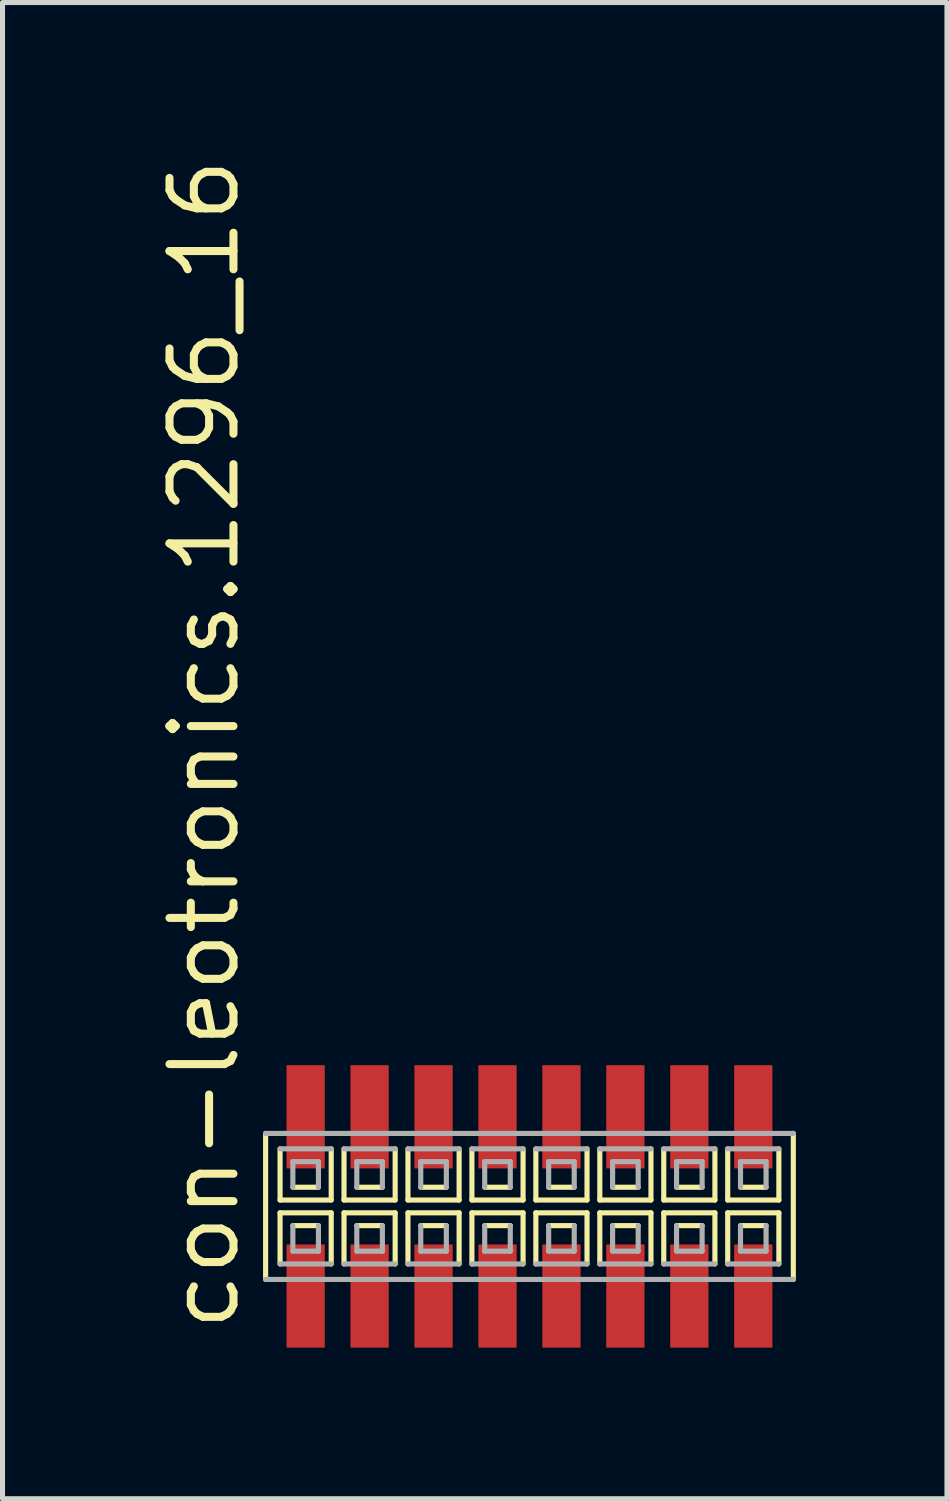
<source format=kicad_pcb>
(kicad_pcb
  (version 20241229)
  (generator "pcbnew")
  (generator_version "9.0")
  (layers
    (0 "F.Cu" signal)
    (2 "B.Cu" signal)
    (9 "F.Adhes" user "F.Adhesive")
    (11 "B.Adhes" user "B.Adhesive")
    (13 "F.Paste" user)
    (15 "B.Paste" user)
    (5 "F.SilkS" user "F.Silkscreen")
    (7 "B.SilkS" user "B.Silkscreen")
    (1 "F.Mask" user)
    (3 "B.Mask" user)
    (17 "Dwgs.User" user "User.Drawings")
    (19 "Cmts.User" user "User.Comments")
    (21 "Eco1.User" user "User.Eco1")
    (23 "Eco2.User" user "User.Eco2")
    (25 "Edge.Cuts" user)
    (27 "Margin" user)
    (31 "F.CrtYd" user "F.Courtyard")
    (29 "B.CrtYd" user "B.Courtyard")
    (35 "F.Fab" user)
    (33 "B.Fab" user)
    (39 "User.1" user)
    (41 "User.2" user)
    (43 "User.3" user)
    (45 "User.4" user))
  (footprint "con-leotronics.1296_16"
    (layer "F.Cu")
    (at 7.465 20.909)
    (property "Reference" "con-leotronics.1296_16" (at -5.715 2.54 90) (layer "F.SilkS") (effects (font (size 1.27 1.27) (thickness 0.16)) (justify left bottom)))
    (attr smd)
    (fp_line (start -5.24 -1.45) (end -5.24 1.45) (stroke (width 0.102) (type default)) (layer "F.SilkS"))
    (fp_line (start -4.953 -1.143) (end -4.953 -0.127) (stroke (width 0.102) (type default)) (layer "F.SilkS"))
    (fp_line (start -4.953 -0.127) (end -3.937 -0.127) (stroke (width 0.102) (type default)) (layer "F.SilkS"))
    (fp_line (start -4.953 0.127) (end -4.953 1.143) (stroke (width 0.102) (type default)) (layer "F.SilkS"))
    (fp_line (start -4.699 -0.381) (end -4.191 -0.381) (stroke (width 0.102) (type default)) (layer "F.SilkS"))
    (fp_line (start -4.191 0.381) (end -4.699 0.381) (stroke (width 0.102) (type default)) (layer "F.SilkS"))
    (fp_line (start -3.937 -0.127) (end -3.937 -1.143) (stroke (width 0.102) (type default)) (layer "F.SilkS"))
    (fp_line (start -3.937 0.127) (end -4.953 0.127) (stroke (width 0.102) (type default)) (layer "F.SilkS"))
    (fp_line (start -3.937 1.143) (end -3.937 0.127) (stroke (width 0.102) (type default)) (layer "F.SilkS"))
    (fp_line (start -3.683 -1.143) (end -3.683 -0.127) (stroke (width 0.102) (type default)) (layer "F.SilkS"))
    (fp_line (start -3.683 -0.127) (end -2.667 -0.127) (stroke (width 0.102) (type default)) (layer "F.SilkS"))
    (fp_line (start -3.683 0.127) (end -3.683 1.143) (stroke (width 0.102) (type default)) (layer "F.SilkS"))
    (fp_line (start -3.429 -0.381) (end -2.921 -0.381) (stroke (width 0.102) (type default)) (layer "F.SilkS"))
    (fp_line (start -2.921 0.381) (end -3.429 0.381) (stroke (width 0.102) (type default)) (layer "F.SilkS"))
    (fp_line (start -2.667 -0.127) (end -2.667 -1.143) (stroke (width 0.102) (type default)) (layer "F.SilkS"))
    (fp_line (start -2.667 0.127) (end -3.683 0.127) (stroke (width 0.102) (type default)) (layer "F.SilkS"))
    (fp_line (start -2.667 1.143) (end -2.667 0.127) (stroke (width 0.102) (type default)) (layer "F.SilkS"))
    (fp_line (start -2.413 -1.143) (end -2.413 -0.127) (stroke (width 0.102) (type default)) (layer "F.SilkS"))
    (fp_line (start -2.413 -0.127) (end -1.397 -0.127) (stroke (width 0.102) (type default)) (layer "F.SilkS"))
    (fp_line (start -2.413 0.127) (end -2.413 1.143) (stroke (width 0.102) (type default)) (layer "F.SilkS"))
    (fp_line (start -2.159 -0.381) (end -1.651 -0.381) (stroke (width 0.102) (type default)) (layer "F.SilkS"))
    (fp_line (start -1.651 0.381) (end -2.159 0.381) (stroke (width 0.102) (type default)) (layer "F.SilkS"))
    (fp_line (start -1.397 -0.127) (end -1.397 -1.143) (stroke (width 0.102) (type default)) (layer "F.SilkS"))
    (fp_line (start -1.397 0.127) (end -2.413 0.127) (stroke (width 0.102) (type default)) (layer "F.SilkS"))
    (fp_line (start -1.397 1.143) (end -1.397 0.127) (stroke (width 0.102) (type default)) (layer "F.SilkS"))
    (fp_line (start -1.143 -1.143) (end -1.143 -0.127) (stroke (width 0.102) (type default)) (layer "F.SilkS"))
    (fp_line (start -1.143 -0.127) (end -0.127 -0.127) (stroke (width 0.102) (type default)) (layer "F.SilkS"))
    (fp_line (start -1.143 0.127) (end -1.143 1.143) (stroke (width 0.102) (type default)) (layer "F.SilkS"))
    (fp_line (start -0.889 -0.381) (end -0.381 -0.381) (stroke (width 0.102) (type default)) (layer "F.SilkS"))
    (fp_line (start -0.381 0.381) (end -0.889 0.381) (stroke (width 0.102) (type default)) (layer "F.SilkS"))
    (fp_line (start -0.127 -0.127) (end -0.127 -1.143) (stroke (width 0.102) (type default)) (layer "F.SilkS"))
    (fp_line (start -0.127 0.127) (end -1.143 0.127) (stroke (width 0.102) (type default)) (layer "F.SilkS"))
    (fp_line (start -0.127 1.143) (end -0.127 0.127) (stroke (width 0.102) (type default)) (layer "F.SilkS"))
    (fp_line (start 0.127 -1.143) (end 0.127 -0.127) (stroke (width 0.102) (type default)) (layer "F.SilkS"))
    (fp_line (start 0.127 -0.127) (end 1.143 -0.127) (stroke (width 0.102) (type default)) (layer "F.SilkS"))
    (fp_line (start 0.127 0.127) (end 0.127 1.143) (stroke (width 0.102) (type default)) (layer "F.SilkS"))
    (fp_line (start 0.381 -0.381) (end 0.889 -0.381) (stroke (width 0.102) (type default)) (layer "F.SilkS"))
    (fp_line (start 0.889 0.381) (end 0.381 0.381) (stroke (width 0.102) (type default)) (layer "F.SilkS"))
    (fp_line (start 1.143 -0.127) (end 1.143 -1.143) (stroke (width 0.102) (type default)) (layer "F.SilkS"))
    (fp_line (start 1.143 0.127) (end 0.127 0.127) (stroke (width 0.102) (type default)) (layer "F.SilkS"))
    (fp_line (start 1.143 1.143) (end 1.143 0.127) (stroke (width 0.102) (type default)) (layer "F.SilkS"))
    (fp_line (start 1.397 -1.143) (end 1.397 -0.127) (stroke (width 0.102) (type default)) (layer "F.SilkS"))
    (fp_line (start 1.397 -0.127) (end 2.413 -0.127) (stroke (width 0.102) (type default)) (layer "F.SilkS"))
    (fp_line (start 1.397 0.127) (end 1.397 1.143) (stroke (width 0.102) (type default)) (layer "F.SilkS"))
    (fp_line (start 1.651 -0.381) (end 2.159 -0.381) (stroke (width 0.102) (type default)) (layer "F.SilkS"))
    (fp_line (start 2.159 0.381) (end 1.651 0.381) (stroke (width 0.102) (type default)) (layer "F.SilkS"))
    (fp_line (start 2.413 -0.127) (end 2.413 -1.143) (stroke (width 0.102) (type default)) (layer "F.SilkS"))
    (fp_line (start 2.413 0.127) (end 1.397 0.127) (stroke (width 0.102) (type default)) (layer "F.SilkS"))
    (fp_line (start 2.413 1.143) (end 2.413 0.127) (stroke (width 0.102) (type default)) (layer "F.SilkS"))
    (fp_line (start 2.667 -1.143) (end 2.667 -0.127) (stroke (width 0.102) (type default)) (layer "F.SilkS"))
    (fp_line (start 2.667 -0.127) (end 3.683 -0.127) (stroke (width 0.102) (type default)) (layer "F.SilkS"))
    (fp_line (start 2.667 0.127) (end 2.667 1.143) (stroke (width 0.102) (type default)) (layer "F.SilkS"))
    (fp_line (start 2.921 -0.381) (end 3.429 -0.381) (stroke (width 0.102) (type default)) (layer "F.SilkS"))
    (fp_line (start 3.429 0.381) (end 2.921 0.381) (stroke (width 0.102) (type default)) (layer "F.SilkS"))
    (fp_line (start 3.683 -0.127) (end 3.683 -1.143) (stroke (width 0.102) (type default)) (layer "F.SilkS"))
    (fp_line (start 3.683 0.127) (end 2.667 0.127) (stroke (width 0.102) (type default)) (layer "F.SilkS"))
    (fp_line (start 3.683 1.143) (end 3.683 0.127) (stroke (width 0.102) (type default)) (layer "F.SilkS"))
    (fp_line (start 3.937 -1.143) (end 3.937 -0.127) (stroke (width 0.102) (type default)) (layer "F.SilkS"))
    (fp_line (start 3.937 -0.127) (end 4.953 -0.127) (stroke (width 0.102) (type default)) (layer "F.SilkS"))
    (fp_line (start 3.937 0.127) (end 3.937 1.143) (stroke (width 0.102) (type default)) (layer "F.SilkS"))
    (fp_line (start 4.191 -0.381) (end 4.699 -0.381) (stroke (width 0.102) (type default)) (layer "F.SilkS"))
    (fp_line (start 4.699 0.381) (end 4.191 0.381) (stroke (width 0.102) (type default)) (layer "F.SilkS"))
    (fp_line (start 4.953 -0.127) (end 4.953 -1.143) (stroke (width 0.102) (type default)) (layer "F.SilkS"))
    (fp_line (start 4.953 0.127) (end 3.937 0.127) (stroke (width 0.102) (type default)) (layer "F.SilkS"))
    (fp_line (start 4.953 1.143) (end 4.953 0.127) (stroke (width 0.102) (type default)) (layer "F.SilkS"))
    (fp_line (start 5.24 1.45) (end 5.24 -1.45) (stroke (width 0.102) (type default)) (layer "F.SilkS"))
    (fp_line (start -5.24 1.45) (end 5.24 1.45) (stroke (width 0.102) (type default)) (layer "F.Fab"))
    (fp_line (start -4.953 1.143) (end -3.937 1.143) (stroke (width 0.102) (type default)) (layer "F.Fab"))
    (fp_line (start -4.699 -0.889) (end -4.699 -0.381) (stroke (width 0.102) (type default)) (layer "F.Fab"))
    (fp_line (start -4.699 0.381) (end -4.699 0.889) (stroke (width 0.102) (type default)) (layer "F.Fab"))
    (fp_line (start -4.699 0.889) (end -4.191 0.889) (stroke (width 0.102) (type default)) (layer "F.Fab"))
    (fp_line (start -4.191 -0.889) (end -4.699 -0.889) (stroke (width 0.102) (type default)) (layer "F.Fab"))
    (fp_line (start -4.191 -0.381) (end -4.191 -0.889) (stroke (width 0.102) (type default)) (layer "F.Fab"))
    (fp_line (start -4.191 0.889) (end -4.191 0.381) (stroke (width 0.102) (type default)) (layer "F.Fab"))
    (fp_line (start -3.937 -1.143) (end -4.953 -1.143) (stroke (width 0.102) (type default)) (layer "F.Fab"))
    (fp_line (start -3.683 1.143) (end -2.667 1.143) (stroke (width 0.102) (type default)) (layer "F.Fab"))
    (fp_line (start -3.429 -0.889) (end -3.429 -0.381) (stroke (width 0.102) (type default)) (layer "F.Fab"))
    (fp_line (start -3.429 0.381) (end -3.429 0.889) (stroke (width 0.102) (type default)) (layer "F.Fab"))
    (fp_line (start -3.429 0.889) (end -2.921 0.889) (stroke (width 0.102) (type default)) (layer "F.Fab"))
    (fp_line (start -2.921 -0.889) (end -3.429 -0.889) (stroke (width 0.102) (type default)) (layer "F.Fab"))
    (fp_line (start -2.921 -0.381) (end -2.921 -0.889) (stroke (width 0.102) (type default)) (layer "F.Fab"))
    (fp_line (start -2.921 0.889) (end -2.921 0.381) (stroke (width 0.102) (type default)) (layer "F.Fab"))
    (fp_line (start -2.667 -1.143) (end -3.683 -1.143) (stroke (width 0.102) (type default)) (layer "F.Fab"))
    (fp_line (start -2.413 1.143) (end -1.397 1.143) (stroke (width 0.102) (type default)) (layer "F.Fab"))
    (fp_line (start -2.159 -0.889) (end -2.159 -0.381) (stroke (width 0.102) (type default)) (layer "F.Fab"))
    (fp_line (start -2.159 0.381) (end -2.159 0.889) (stroke (width 0.102) (type default)) (layer "F.Fab"))
    (fp_line (start -2.159 0.889) (end -1.651 0.889) (stroke (width 0.102) (type default)) (layer "F.Fab"))
    (fp_line (start -1.651 -0.889) (end -2.159 -0.889) (stroke (width 0.102) (type default)) (layer "F.Fab"))
    (fp_line (start -1.651 -0.381) (end -1.651 -0.889) (stroke (width 0.102) (type default)) (layer "F.Fab"))
    (fp_line (start -1.651 0.889) (end -1.651 0.381) (stroke (width 0.102) (type default)) (layer "F.Fab"))
    (fp_line (start -1.397 -1.143) (end -2.413 -1.143) (stroke (width 0.102) (type default)) (layer "F.Fab"))
    (fp_line (start -1.143 1.143) (end -0.127 1.143) (stroke (width 0.102) (type default)) (layer "F.Fab"))
    (fp_line (start -0.889 -0.889) (end -0.889 -0.381) (stroke (width 0.102) (type default)) (layer "F.Fab"))
    (fp_line (start -0.889 0.381) (end -0.889 0.889) (stroke (width 0.102) (type default)) (layer "F.Fab"))
    (fp_line (start -0.889 0.889) (end -0.381 0.889) (stroke (width 0.102) (type default)) (layer "F.Fab"))
    (fp_line (start -0.381 -0.889) (end -0.889 -0.889) (stroke (width 0.102) (type default)) (layer "F.Fab"))
    (fp_line (start -0.381 -0.381) (end -0.381 -0.889) (stroke (width 0.102) (type default)) (layer "F.Fab"))
    (fp_line (start -0.381 0.889) (end -0.381 0.381) (stroke (width 0.102) (type default)) (layer "F.Fab"))
    (fp_line (start -0.127 -1.143) (end -1.143 -1.143) (stroke (width 0.102) (type default)) (layer "F.Fab"))
    (fp_line (start 0.127 1.143) (end 1.143 1.143) (stroke (width 0.102) (type default)) (layer "F.Fab"))
    (fp_line (start 0.381 -0.889) (end 0.381 -0.381) (stroke (width 0.102) (type default)) (layer "F.Fab"))
    (fp_line (start 0.381 0.381) (end 0.381 0.889) (stroke (width 0.102) (type default)) (layer "F.Fab"))
    (fp_line (start 0.381 0.889) (end 0.889 0.889) (stroke (width 0.102) (type default)) (layer "F.Fab"))
    (fp_line (start 0.889 -0.889) (end 0.381 -0.889) (stroke (width 0.102) (type default)) (layer "F.Fab"))
    (fp_line (start 0.889 -0.381) (end 0.889 -0.889) (stroke (width 0.102) (type default)) (layer "F.Fab"))
    (fp_line (start 0.889 0.889) (end 0.889 0.381) (stroke (width 0.102) (type default)) (layer "F.Fab"))
    (fp_line (start 1.143 -1.143) (end 0.127 -1.143) (stroke (width 0.102) (type default)) (layer "F.Fab"))
    (fp_line (start 1.397 1.143) (end 2.413 1.143) (stroke (width 0.102) (type default)) (layer "F.Fab"))
    (fp_line (start 1.651 -0.889) (end 1.651 -0.381) (stroke (width 0.102) (type default)) (layer "F.Fab"))
    (fp_line (start 1.651 0.381) (end 1.651 0.889) (stroke (width 0.102) (type default)) (layer "F.Fab"))
    (fp_line (start 1.651 0.889) (end 2.159 0.889) (stroke (width 0.102) (type default)) (layer "F.Fab"))
    (fp_line (start 2.159 -0.889) (end 1.651 -0.889) (stroke (width 0.102) (type default)) (layer "F.Fab"))
    (fp_line (start 2.159 -0.381) (end 2.159 -0.889) (stroke (width 0.102) (type default)) (layer "F.Fab"))
    (fp_line (start 2.159 0.889) (end 2.159 0.381) (stroke (width 0.102) (type default)) (layer "F.Fab"))
    (fp_line (start 2.413 -1.143) (end 1.397 -1.143) (stroke (width 0.102) (type default)) (layer "F.Fab"))
    (fp_line (start 2.667 1.143) (end 3.683 1.143) (stroke (width 0.102) (type default)) (layer "F.Fab"))
    (fp_line (start 2.921 -0.889) (end 2.921 -0.381) (stroke (width 0.102) (type default)) (layer "F.Fab"))
    (fp_line (start 2.921 0.381) (end 2.921 0.889) (stroke (width 0.102) (type default)) (layer "F.Fab"))
    (fp_line (start 2.921 0.889) (end 3.429 0.889) (stroke (width 0.102) (type default)) (layer "F.Fab"))
    (fp_line (start 3.429 -0.889) (end 2.921 -0.889) (stroke (width 0.102) (type default)) (layer "F.Fab"))
    (fp_line (start 3.429 -0.381) (end 3.429 -0.889) (stroke (width 0.102) (type default)) (layer "F.Fab"))
    (fp_line (start 3.429 0.889) (end 3.429 0.381) (stroke (width 0.102) (type default)) (layer "F.Fab"))
    (fp_line (start 3.683 -1.143) (end 2.667 -1.143) (stroke (width 0.102) (type default)) (layer "F.Fab"))
    (fp_line (start 3.937 1.143) (end 4.953 1.143) (stroke (width 0.102) (type default)) (layer "F.Fab"))
    (fp_line (start 4.191 -0.889) (end 4.191 -0.381) (stroke (width 0.102) (type default)) (layer "F.Fab"))
    (fp_line (start 4.191 0.381) (end 4.191 0.889) (stroke (width 0.102) (type default)) (layer "F.Fab"))
    (fp_line (start 4.191 0.889) (end 4.699 0.889) (stroke (width 0.102) (type default)) (layer "F.Fab"))
    (fp_line (start 4.699 -0.889) (end 4.191 -0.889) (stroke (width 0.102) (type default)) (layer "F.Fab"))
    (fp_line (start 4.699 -0.381) (end 4.699 -0.889) (stroke (width 0.102) (type default)) (layer "F.Fab"))
    (fp_line (start 4.699 0.889) (end 4.699 0.381) (stroke (width 0.102) (type default)) (layer "F.Fab"))
    (fp_line (start 4.953 -1.143) (end 3.937 -1.143) (stroke (width 0.102) (type default)) (layer "F.Fab"))
    (fp_line (start 5.24 -1.45) (end -5.24 -1.45) (stroke (width 0.102) (type default)) (layer "F.Fab"))
    (pad "1" smd roundrect (at -4.445 1.78) (size 0.76 2.05) (layers "F.Cu" "F.Mask" "F.Paste") (roundrect_rratio 0.01))
    (pad "2" smd roundrect (at -4.445 -1.78) (size 0.76 2.05) (layers "F.Cu" "F.Mask" "F.Paste") (roundrect_rratio 0.01))
    (pad "3" smd roundrect (at -3.175 1.78) (size 0.76 2.05) (layers "F.Cu" "F.Mask" "F.Paste") (roundrect_rratio 0.01))
    (pad "4" smd roundrect (at -3.175 -1.78) (size 0.76 2.05) (layers "F.Cu" "F.Mask" "F.Paste") (roundrect_rratio 0.01))
    (pad "5" smd roundrect (at -1.905 1.78) (size 0.76 2.05) (layers "F.Cu" "F.Mask" "F.Paste") (roundrect_rratio 0.01))
    (pad "6" smd roundrect (at -1.905 -1.78) (size 0.76 2.05) (layers "F.Cu" "F.Mask" "F.Paste") (roundrect_rratio 0.01))
    (pad "7" smd roundrect (at -0.635 1.78) (size 0.76 2.05) (layers "F.Cu" "F.Mask" "F.Paste") (roundrect_rratio 0.01))
    (pad "8" smd roundrect (at -0.635 -1.78) (size 0.76 2.05) (layers "F.Cu" "F.Mask" "F.Paste") (roundrect_rratio 0.01))
    (pad "9" smd roundrect (at 0.635 1.78) (size 0.76 2.05) (layers "F.Cu" "F.Mask" "F.Paste") (roundrect_rratio 0.01))
    (pad "10" smd roundrect (at 0.635 -1.78) (size 0.76 2.05) (layers "F.Cu" "F.Mask" "F.Paste") (roundrect_rratio 0.01))
    (pad "11" smd roundrect (at 1.905 1.78) (size 0.76 2.05) (layers "F.Cu" "F.Mask" "F.Paste") (roundrect_rratio 0.01))
    (pad "12" smd roundrect (at 1.905 -1.78) (size 0.76 2.05) (layers "F.Cu" "F.Mask" "F.Paste") (roundrect_rratio 0.01))
    (pad "13" smd roundrect (at 3.175 1.78) (size 0.76 2.05) (layers "F.Cu" "F.Mask" "F.Paste") (roundrect_rratio 0.01))
    (pad "14" smd roundrect (at 3.175 -1.78) (size 0.76 2.05) (layers "F.Cu" "F.Mask" "F.Paste") (roundrect_rratio 0.01))
    (pad "15" smd roundrect (at 4.445 1.78) (size 0.76 2.05) (layers "F.Cu" "F.Mask" "F.Paste") (roundrect_rratio 0.01))
    (pad "16" smd roundrect (at 4.445 -1.78) (size 0.76 2.05) (layers "F.Cu" "F.Mask" "F.Paste") (roundrect_rratio 0.01)))
  (gr_rect
    (start -3 -3)
    (end 15.756 26.714)
    (stroke (width 0.1) (type default))
    (fill no)
    (layer "Edge.Cuts")))
</source>
